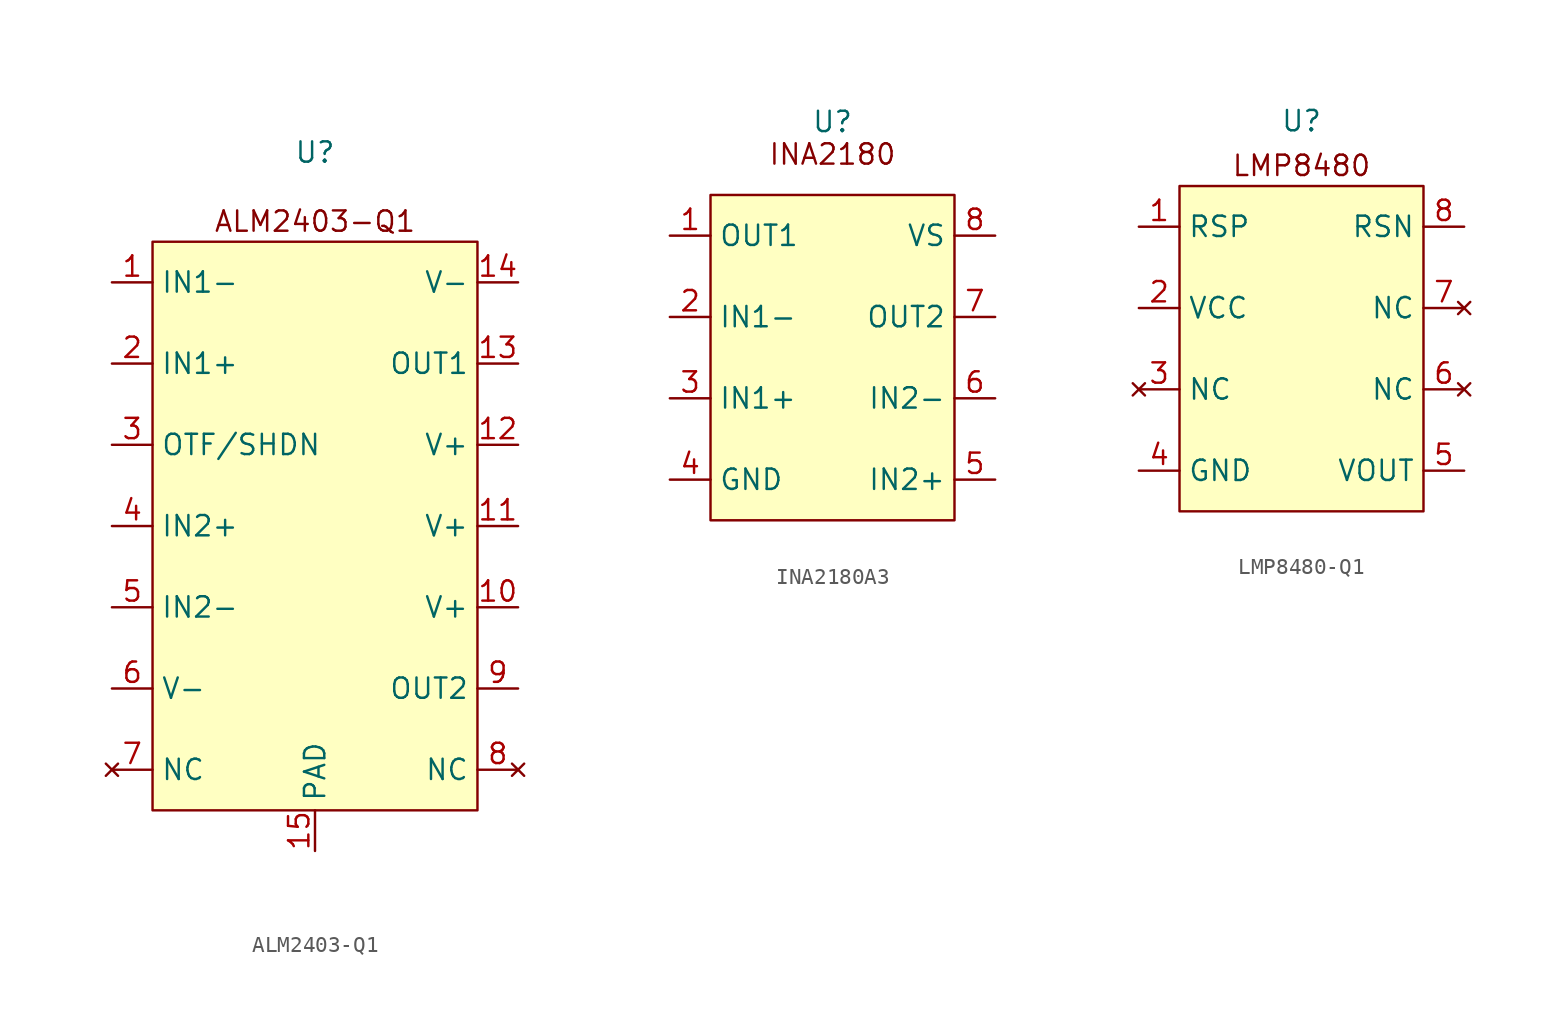
<source format=kicad_sym>
(kicad_symbol_lib
  (version 20231120)
  (generator "kicad_symbol_editor")
  (generator_version "8.0")
  (symbol "ALM2403-Q1"
    (property "Reference" "U"
      (at 0 10.668 0)
      (effects (font (size 1.27 1.27))))
    (property "Value" ""
      (at -2.54 -2.54 0)
      (effects (font (size 1.27 1.27))))
    (symbol "ALM2403-Q1_1_1"
      (rectangle (start -10.16 5.08) (end 10.16 -30.48) (stroke (width 0) (type default)) (fill (type background)))
      (text "ALM2403-Q1" (at 0 6.35 0) (effects (font (size 1.27 1.27))))
      (pin input line (at -12.7 2.54 0) (length 2.54) (name "IN1-" (effects (font (size 1.27 1.27)))) (number "1" (effects (font (size 1.27 1.27)))))
      (pin power_in line (at 12.7 -17.78 180) (length 2.54) (name "V+" (effects (font (size 1.27 1.27)))) (number "10" (effects (font (size 1.27 1.27)))))
      (pin power_in line (at 12.7 -12.7 180) (length 2.54) (name "V+" (effects (font (size 1.27 1.27)))) (number "11" (effects (font (size 1.27 1.27)))))
      (pin power_in line (at 12.7 -7.62 180) (length 2.54) (name "V+" (effects (font (size 1.27 1.27)))) (number "12" (effects (font (size 1.27 1.27)))))
      (pin output line (at 12.7 -2.54 180) (length 2.54) (name "OUT1" (effects (font (size 1.27 1.27)))) (number "13" (effects (font (size 1.27 1.27)))))
      (pin power_in line (at 12.7 2.54 180) (length 2.54) (name "V-" (effects (font (size 1.27 1.27)))) (number "14" (effects (font (size 1.27 1.27)))))
      (pin power_in line (at 0 -33.02 90) (length 2.54) (name "PAD" (effects (font (size 1.27 1.27)))) (number "15" (effects (font (size 1.27 1.27)))))
      (pin input line (at -12.7 -2.54 0) (length 2.54) (name "IN1+" (effects (font (size 1.27 1.27)))) (number "2" (effects (font (size 1.27 1.27)))))
      (pin output line (at -12.7 -7.62 0) (length 2.54) (name "OTF/SHDN" (effects (font (size 1.27 1.27)))) (number "3" (effects (font (size 1.27 1.27)))))
      (pin input line (at -12.7 -12.7 0) (length 2.54) (name "IN2+" (effects (font (size 1.27 1.27)))) (number "4" (effects (font (size 1.27 1.27)))))
      (pin input line (at -12.7 -17.78 0) (length 2.54) (name "IN2-" (effects (font (size 1.27 1.27)))) (number "5" (effects (font (size 1.27 1.27)))))
      (pin power_in line (at -12.7 -22.86 0) (length 2.54) (name "V-" (effects (font (size 1.27 1.27)))) (number "6" (effects (font (size 1.27 1.27)))))
      (pin no_connect line (at -12.7 -27.94 0) (length 2.54) (name "NC" (effects (font (size 1.27 1.27)))) (number "7" (effects (font (size 1.27 1.27)))))
      (pin no_connect line (at 12.7 -27.94 180) (length 2.54) (name "NC" (effects (font (size 1.27 1.27)))) (number "8" (effects (font (size 1.27 1.27)))))
      (pin output line (at 12.7 -22.86 180) (length 2.54) (name "OUT2" (effects (font (size 1.27 1.27)))) (number "9" (effects (font (size 1.27 1.27)))))))
  (symbol "INA2180A3"
    (property "Reference" "U"
      (at 0 8.382 0)
      (effects (font (size 1.27 1.27))))
    (property "Value" ""
      (at 0 -2.54 0)
      (effects (font (size 1.27 1.27))))
    (symbol "INA2180A3_1_1"
      (rectangle (start -7.62 3.81) (end 7.62 -16.51) (stroke (width 0) (type default)) (fill (type background)))
      (text "INA2180" (at 0 6.35 0) (effects (font (size 1.27 1.27))))
      (pin output line (at -10.16 1.27 0) (length 2.54) (name "OUT1" (effects (font (size 1.27 1.27)))) (number "1" (effects (font (size 1.27 1.27)))))
      (pin input line (at -10.16 -3.81 0) (length 2.54) (name "IN1-" (effects (font (size 1.27 1.27)))) (number "2" (effects (font (size 1.27 1.27)))))
      (pin input line (at -10.16 -8.89 0) (length 2.54) (name "IN1+" (effects (font (size 1.27 1.27)))) (number "3" (effects (font (size 1.27 1.27)))))
      (pin power_in line (at -10.16 -13.97 0) (length 2.54) (name "GND" (effects (font (size 1.27 1.27)))) (number "4" (effects (font (size 1.27 1.27)))))
      (pin input line (at 10.16 -13.97 180) (length 2.54) (name "IN2+" (effects (font (size 1.27 1.27)))) (number "5" (effects (font (size 1.27 1.27)))))
      (pin input line (at 10.16 -8.89 180) (length 2.54) (name "IN2-" (effects (font (size 1.27 1.27)))) (number "6" (effects (font (size 1.27 1.27)))))
      (pin output line (at 10.16 -3.81 180) (length 2.54) (name "OUT2" (effects (font (size 1.27 1.27)))) (number "7" (effects (font (size 1.27 1.27)))))
      (pin power_in line (at 10.16 1.27 180) (length 2.54) (name "VS" (effects (font (size 1.27 1.27)))) (number "8" (effects (font (size 1.27 1.27)))))))
  (symbol "LMP8480-Q1"
    (property "Reference" "U"
      (at 0 5.334 0)
      (effects (font (size 1.27 1.27))))
    (property "Value" ""
      (at -1.27 -1.27 0)
      (effects (font (size 1.27 1.27))))
    (symbol "LMP8480-Q1_1_1"
      (rectangle (start -7.62 1.27) (end 7.62 -19.05) (stroke (width 0) (type default)) (fill (type background)))
      (text "LMP8480" (at 0 2.54 0) (effects (font (size 1.27 1.27))))
      (pin input line (at -10.16 -1.27 0) (length 2.54) (name "RSP" (effects (font (size 1.27 1.27)))) (number "1" (effects (font (size 1.27 1.27)))))
      (pin power_in line (at -10.16 -6.35 0) (length 2.54) (name "VCC" (effects (font (size 1.27 1.27)))) (number "2" (effects (font (size 1.27 1.27)))))
      (pin no_connect line (at -10.16 -11.43 0) (length 2.54) (name "NC" (effects (font (size 1.27 1.27)))) (number "3" (effects (font (size 1.27 1.27)))))
      (pin power_in line (at -10.16 -16.51 0) (length 2.54) (name "GND" (effects (font (size 1.27 1.27)))) (number "4" (effects (font (size 1.27 1.27)))))
      (pin output line (at 10.16 -16.51 180) (length 2.54) (name "VOUT" (effects (font (size 1.27 1.27)))) (number "5" (effects (font (size 1.27 1.27)))))
      (pin no_connect line (at 10.16 -11.43 180) (length 2.54) (name "NC" (effects (font (size 1.27 1.27)))) (number "6" (effects (font (size 1.27 1.27)))))
      (pin no_connect line (at 10.16 -6.35 180) (length 2.54) (name "NC" (effects (font (size 1.27 1.27)))) (number "7" (effects (font (size 1.27 1.27)))))
      (pin input line (at 10.16 -1.27 180) (length 2.54) (name "RSN" (effects (font (size 1.27 1.27)))) (number "8" (effects (font (size 1.27 1.27))))))))
</source>
